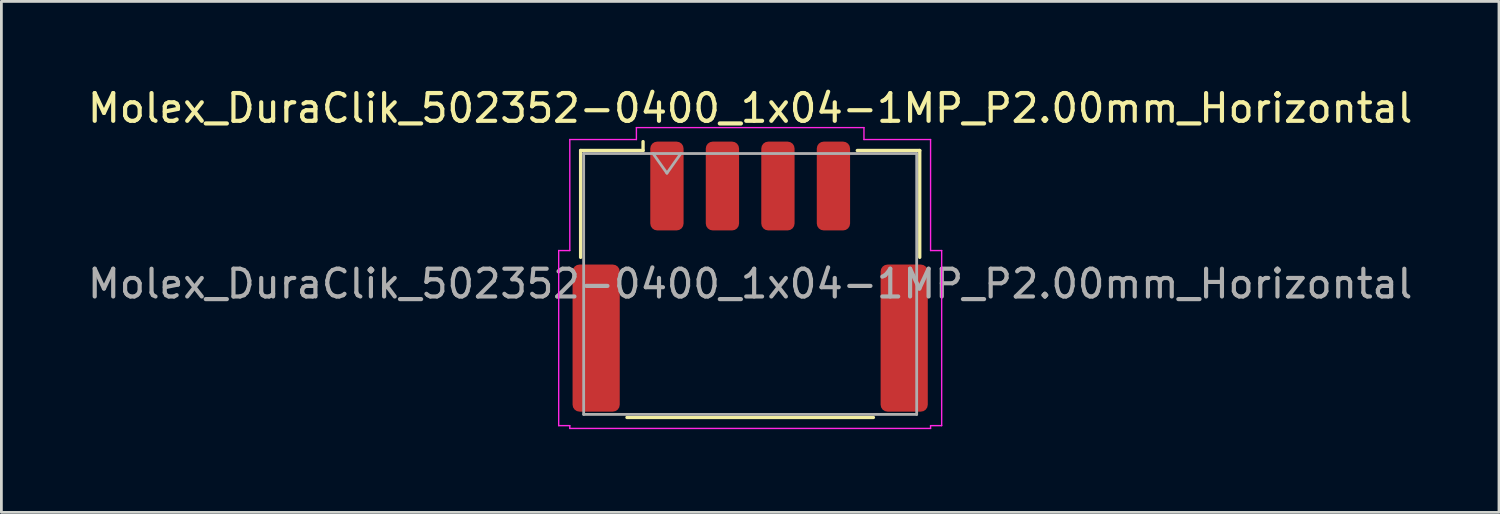
<source format=kicad_pcb>
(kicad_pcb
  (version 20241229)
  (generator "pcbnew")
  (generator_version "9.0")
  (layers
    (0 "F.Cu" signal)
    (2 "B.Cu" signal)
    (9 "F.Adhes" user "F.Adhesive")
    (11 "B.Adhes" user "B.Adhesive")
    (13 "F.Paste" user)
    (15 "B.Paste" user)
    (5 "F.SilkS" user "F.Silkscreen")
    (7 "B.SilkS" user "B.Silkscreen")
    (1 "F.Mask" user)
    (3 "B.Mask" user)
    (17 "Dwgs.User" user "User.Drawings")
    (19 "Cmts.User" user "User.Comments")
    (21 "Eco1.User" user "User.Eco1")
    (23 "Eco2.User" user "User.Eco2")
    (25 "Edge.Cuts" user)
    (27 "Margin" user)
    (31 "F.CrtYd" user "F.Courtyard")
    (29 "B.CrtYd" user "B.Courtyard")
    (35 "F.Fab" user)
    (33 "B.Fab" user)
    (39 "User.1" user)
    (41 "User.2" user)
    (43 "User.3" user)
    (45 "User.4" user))
  (footprint "Molex_DuraClik_502352-0400_1x04-1MP_P2.00mm_Horizontal"
    (layer "F.Cu")
    (at 23.982 6.918)
    (property "Reference" "Molex_DuraClik_502352-0400_1x04-1MP_P2.00mm_Horizontal" (at 0 -6.07 0) (layer "F.SilkS") (effects (font (size 1 1) (thickness 0.15))))
    (attr smd)
    (fp_line (start -6.11 -4.545) (end -3.86 -4.545) (stroke (width 0.12) (type solid)) (layer "F.SilkS"))
    (fp_line (start -6.11 -0.695) (end -6.11 -4.545) (stroke (width 0.12) (type solid)) (layer "F.SilkS"))
    (fp_line (start -4.44 5.075) (end 4.44 5.075) (stroke (width 0.12) (type solid)) (layer "F.SilkS"))
    (fp_line (start -3.86 -4.545) (end -3.86 -4.865) (stroke (width 0.12) (type solid)) (layer "F.SilkS"))
    (fp_line (start 6.11 -4.545) (end 3.86 -4.545) (stroke (width 0.12) (type solid)) (layer "F.SilkS"))
    (fp_line (start 6.11 -0.695) (end 6.11 -4.545) (stroke (width 0.12) (type solid)) (layer "F.SilkS"))
    (fp_line (start -6.9 -0.94) (end -6.5 -0.94) (stroke (width 0.05) (type solid)) (layer "F.CrtYd"))
    (fp_line (start -6.9 5.37) (end -6.9 -0.94) (stroke (width 0.05) (type solid)) (layer "F.CrtYd"))
    (fp_line (start -6.5 -4.94) (end -4.1 -4.94) (stroke (width 0.05) (type solid)) (layer "F.CrtYd"))
    (fp_line (start -6.5 -0.94) (end -6.5 -4.94) (stroke (width 0.05) (type solid)) (layer "F.CrtYd"))
    (fp_line (start -6.5 5.37) (end -6.9 5.37) (stroke (width 0.05) (type solid)) (layer "F.CrtYd"))
    (fp_line (start -6.5 5.47) (end -6.5 5.37) (stroke (width 0.05) (type solid)) (layer "F.CrtYd"))
    (fp_line (start -4.1 -5.37) (end 4.1 -5.37) (stroke (width 0.05) (type solid)) (layer "F.CrtYd"))
    (fp_line (start -4.1 -4.94) (end -4.1 -5.37) (stroke (width 0.05) (type solid)) (layer "F.CrtYd"))
    (fp_line (start 4.1 -5.37) (end 4.1 -4.94) (stroke (width 0.05) (type solid)) (layer "F.CrtYd"))
    (fp_line (start 4.1 -4.94) (end 6.5 -4.94) (stroke (width 0.05) (type solid)) (layer "F.CrtYd"))
    (fp_line (start 6.5 -4.94) (end 6.5 -0.94) (stroke (width 0.05) (type solid)) (layer "F.CrtYd"))
    (fp_line (start 6.5 -0.94) (end 6.9 -0.94) (stroke (width 0.05) (type solid)) (layer "F.CrtYd"))
    (fp_line (start 6.5 5.37) (end 6.5 5.47) (stroke (width 0.05) (type solid)) (layer "F.CrtYd"))
    (fp_line (start 6.5 5.47) (end -6.5 5.47) (stroke (width 0.05) (type solid)) (layer "F.CrtYd"))
    (fp_line (start 6.9 -0.94) (end 6.9 5.37) (stroke (width 0.05) (type solid)) (layer "F.CrtYd"))
    (fp_line (start 6.9 5.37) (end 6.5 5.37) (stroke (width 0.05) (type solid)) (layer "F.CrtYd"))
    (fp_line (start -6 -4.435) (end -6 4.965) (stroke (width 0.1) (type solid)) (layer "F.Fab"))
    (fp_line (start -6 -4.435) (end 6 -4.435) (stroke (width 0.1) (type solid)) (layer "F.Fab"))
    (fp_line (start -6 4.965) (end 6 4.965) (stroke (width 0.1) (type solid)) (layer "F.Fab"))
    (fp_line (start -3.5 -4.435) (end -3 -3.728) (stroke (width 0.1) (type solid)) (layer "F.Fab"))
    (fp_line (start -3 -3.728) (end -2.5 -4.435) (stroke (width 0.1) (type solid)) (layer "F.Fab"))
    (fp_line (start 6 -4.435) (end 6 4.965) (stroke (width 0.1) (type solid)) (layer "F.Fab"))
    (fp_text user "${REFERENCE}" (at 0 0.26 0) (layer "F.Fab") (effects (font (size 1 1) (thickness 0.15))))
    (pad "1" smd roundrect (at -3 -3.265) (size 1.2 3.2) (layers "F.Cu" "F.Mask" "F.Paste") (roundrect_rratio 0.208))
    (pad "2" smd roundrect (at -1 -3.265) (size 1.2 3.2) (layers "F.Cu" "F.Mask" "F.Paste") (roundrect_rratio 0.208))
    (pad "3" smd roundrect (at 1 -3.265) (size 1.2 3.2) (layers "F.Cu" "F.Mask" "F.Paste") (roundrect_rratio 0.208))
    (pad "4" smd roundrect (at 3 -3.265) (size 1.2 3.2) (layers "F.Cu" "F.Mask" "F.Paste") (roundrect_rratio 0.208))
    (pad "MP" smd roundrect (at -5.55 2.215) (size 1.7 5.3) (layers "F.Cu" "F.Mask" "F.Paste") (roundrect_rratio 0.147))
    (pad "MP" smd roundrect (at 5.55 2.215) (size 1.7 5.3) (layers "F.Cu" "F.Mask" "F.Paste") (roundrect_rratio 0.147)))
  (gr_rect
    (start -3 -3)
    (end 50.964 15.413)
    (stroke (width 0.1) (type default))
    (fill no)
    (layer "Edge.Cuts")))
</source>
